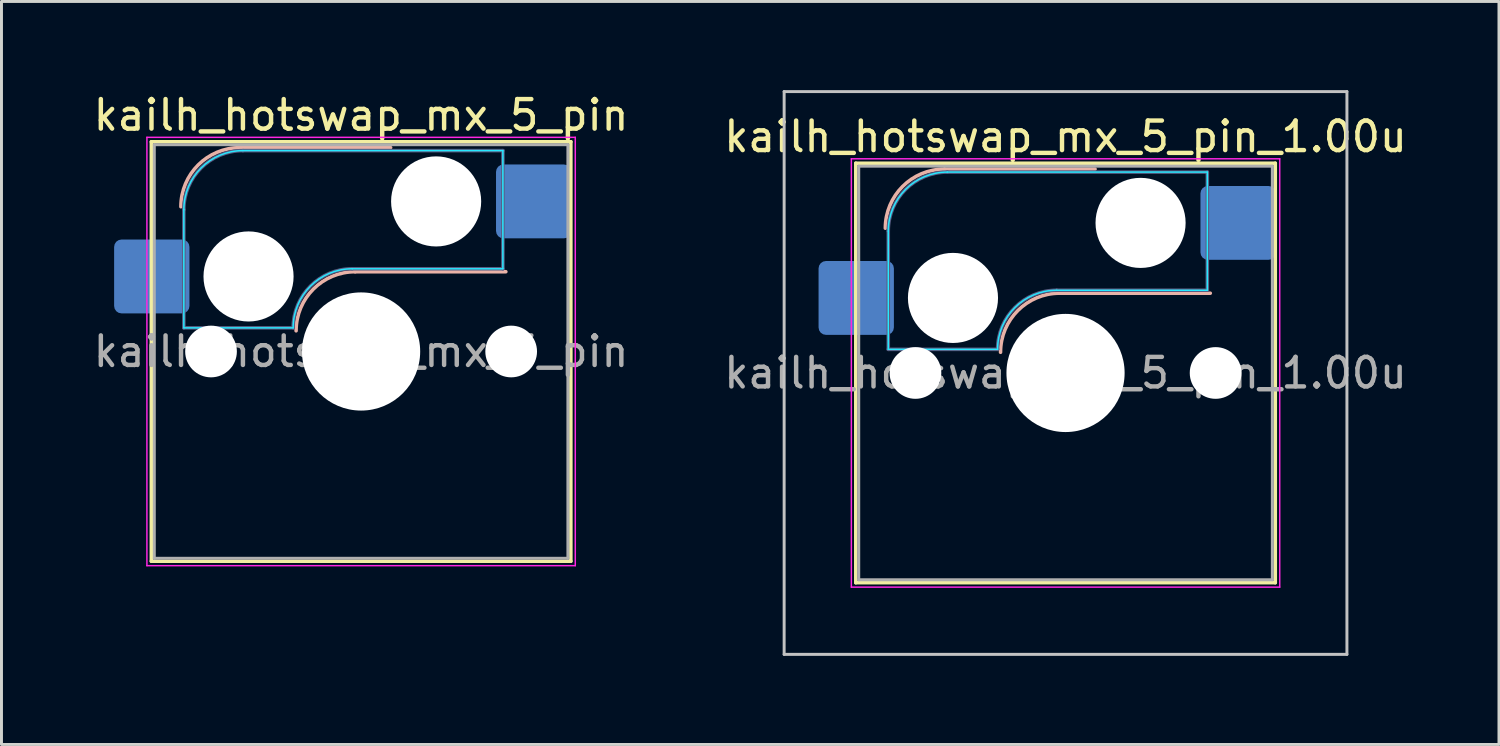
<source format=kicad_pcb>
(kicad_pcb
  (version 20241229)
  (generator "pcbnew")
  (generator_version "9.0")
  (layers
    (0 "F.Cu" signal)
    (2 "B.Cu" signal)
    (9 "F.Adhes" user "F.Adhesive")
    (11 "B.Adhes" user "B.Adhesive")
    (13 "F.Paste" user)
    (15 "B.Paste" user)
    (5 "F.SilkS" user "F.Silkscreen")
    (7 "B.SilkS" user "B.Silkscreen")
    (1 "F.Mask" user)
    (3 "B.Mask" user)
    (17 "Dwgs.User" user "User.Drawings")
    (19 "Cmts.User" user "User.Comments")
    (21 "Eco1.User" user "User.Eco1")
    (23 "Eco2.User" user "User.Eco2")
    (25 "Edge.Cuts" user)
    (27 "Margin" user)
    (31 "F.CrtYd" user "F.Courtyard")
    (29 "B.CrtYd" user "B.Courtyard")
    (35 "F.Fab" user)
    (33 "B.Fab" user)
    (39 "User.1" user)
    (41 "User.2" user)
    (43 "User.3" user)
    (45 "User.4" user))
  (footprint "kailh_hotswap_mx_5_pin"
    (layer "F.Cu")
    (at 9.173 8.848)
    (property "Reference" "kailh_hotswap_mx_5_pin" (at 0 -8 0) (layer "F.SilkS") (effects (font (size 1 1) (thickness 0.15))))
    (attr smd)
    (fp_line (start -7.1 -7.1) (end -7.1 7.1) (stroke (width 0.12) (type solid)) (layer "F.SilkS"))
    (fp_line (start -7.1 7.1) (end 7.1 7.1) (stroke (width 0.12) (type solid)) (layer "F.SilkS"))
    (fp_line (start 7.1 -7.1) (end -7.1 -7.1) (stroke (width 0.12) (type solid)) (layer "F.SilkS"))
    (fp_line (start 7.1 7.1) (end 7.1 -7.1) (stroke (width 0.12) (type solid)) (layer "F.SilkS"))
    (fp_line (start -4.1 -6.9) (end 1 -6.9) (stroke (width 0.12) (type solid)) (layer "B.SilkS"))
    (fp_line (start -0.2 -2.7) (end 4.9 -2.7) (stroke (width 0.12) (type solid)) (layer "B.SilkS"))
    (fp_arc (start -6.1 -4.9) (mid -5.514214 -6.314214) (end -4.1 -6.9) (stroke (width 0.12) (type solid)) (layer "B.SilkS"))
    (fp_arc (start -2.2 -0.7) (mid -1.614214 -2.114214) (end -0.2 -2.7) (stroke (width 0.12) (type solid)) (layer "B.SilkS"))
    (fp_line (start -7.8 -6) (end -7 -6) (stroke (width 0.1) (type solid)) (layer "Eco1.User"))
    (fp_line (start -7.8 -2.9) (end -7.8 -6) (stroke (width 0.1) (type solid)) (layer "Eco1.User"))
    (fp_line (start -7.8 2.9) (end -7 2.9) (stroke (width 0.1) (type solid)) (layer "Eco1.User"))
    (fp_line (start -7.8 6) (end -7.8 2.9) (stroke (width 0.1) (type solid)) (layer "Eco1.User"))
    (fp_line (start -7 -7) (end 7 -7) (stroke (width 0.1) (type solid)) (layer "Eco1.User"))
    (fp_line (start -7 -6) (end -7 -7) (stroke (width 0.1) (type solid)) (layer "Eco1.User"))
    (fp_line (start -7 -2.9) (end -7.8 -2.9) (stroke (width 0.1) (type solid)) (layer "Eco1.User"))
    (fp_line (start -7 2.9) (end -7 -2.9) (stroke (width 0.1) (type solid)) (layer "Eco1.User"))
    (fp_line (start -7 6) (end -7.8 6) (stroke (width 0.1) (type solid)) (layer "Eco1.User"))
    (fp_line (start -7 7) (end -7 6) (stroke (width 0.1) (type solid)) (layer "Eco1.User"))
    (fp_line (start 7 -7) (end 7 -6) (stroke (width 0.1) (type solid)) (layer "Eco1.User"))
    (fp_line (start 7 -6) (end 7.8 -6) (stroke (width 0.1) (type solid)) (layer "Eco1.User"))
    (fp_line (start 7 -2.9) (end 7 2.9) (stroke (width 0.1) (type solid)) (layer "Eco1.User"))
    (fp_line (start 7 2.9) (end 7.8 2.9) (stroke (width 0.1) (type solid)) (layer "Eco1.User"))
    (fp_line (start 7 6) (end 7 7) (stroke (width 0.1) (type solid)) (layer "Eco1.User"))
    (fp_line (start 7 7) (end -7 7) (stroke (width 0.1) (type solid)) (layer "Eco1.User"))
    (fp_line (start 7.8 -6) (end 7.8 -2.9) (stroke (width 0.1) (type solid)) (layer "Eco1.User"))
    (fp_line (start 7.8 -2.9) (end 7 -2.9) (stroke (width 0.1) (type solid)) (layer "Eco1.User"))
    (fp_line (start 7.8 2.9) (end 7.8 6) (stroke (width 0.1) (type solid)) (layer "Eco1.User"))
    (fp_line (start 7.8 6) (end 7 6) (stroke (width 0.1) (type solid)) (layer "Eco1.User"))
    (fp_line (start -6 -0.8) (end -6 -4.8) (stroke (width 0.05) (type solid)) (layer "B.CrtYd"))
    (fp_line (start -6 -0.8) (end -2.3 -0.8) (stroke (width 0.05) (type solid)) (layer "B.CrtYd"))
    (fp_line (start -4 -6.8) (end 4.8 -6.8) (stroke (width 0.05) (type solid)) (layer "B.CrtYd"))
    (fp_line (start -0.3 -2.8) (end 4.8 -2.8) (stroke (width 0.05) (type solid)) (layer "B.CrtYd"))
    (fp_line (start 4.8 -6.8) (end 4.8 -2.8) (stroke (width 0.05) (type solid)) (layer "B.CrtYd"))
    (fp_arc (start -6 -4.8) (mid -5.414214 -6.214214) (end -4 -6.8) (stroke (width 0.05) (type solid)) (layer "B.CrtYd"))
    (fp_arc (start -2.3 -0.8) (mid -1.714214 -2.214214) (end -0.3 -2.8) (stroke (width 0.05) (type solid)) (layer "B.CrtYd"))
    (fp_line (start -7.25 -7.25) (end -7.25 7.25) (stroke (width 0.05) (type solid)) (layer "F.CrtYd"))
    (fp_line (start -7.25 7.25) (end 7.25 7.25) (stroke (width 0.05) (type solid)) (layer "F.CrtYd"))
    (fp_line (start 7.25 -7.25) (end -7.25 -7.25) (stroke (width 0.05) (type solid)) (layer "F.CrtYd"))
    (fp_line (start 7.25 7.25) (end 7.25 -7.25) (stroke (width 0.05) (type solid)) (layer "F.CrtYd"))
    (fp_line (start -6 -0.8) (end -6 -4.8) (stroke (width 0.12) (type solid)) (layer "B.Fab"))
    (fp_line (start -6 -0.8) (end -2.3 -0.8) (stroke (width 0.12) (type solid)) (layer "B.Fab"))
    (fp_line (start -4 -6.8) (end 4.8 -6.8) (stroke (width 0.12) (type solid)) (layer "B.Fab"))
    (fp_line (start -0.3 -2.8) (end 4.8 -2.8) (stroke (width 0.12) (type solid)) (layer "B.Fab"))
    (fp_line (start 4.8 -6.8) (end 4.8 -2.8) (stroke (width 0.12) (type solid)) (layer "B.Fab"))
    (fp_arc (start -6 -4.8) (mid -5.414214 -6.214214) (end -4 -6.8) (stroke (width 0.12) (type solid)) (layer "B.Fab"))
    (fp_arc (start -2.3 -0.8) (mid -1.714214 -2.214214) (end -0.3 -2.8) (stroke (width 0.12) (type solid)) (layer "B.Fab"))
    (fp_line (start -7 -7) (end -7 7) (stroke (width 0.1) (type solid)) (layer "F.Fab"))
    (fp_line (start -7 7) (end 7 7) (stroke (width 0.1) (type solid)) (layer "F.Fab"))
    (fp_line (start 7 -7) (end -7 -7) (stroke (width 0.1) (type solid)) (layer "F.Fab"))
    (fp_line (start 7 7) (end 7 -7) (stroke (width 0.1) (type solid)) (layer "F.Fab"))
    (fp_text user "${REFERENCE}" (at 0 0 0) (layer "F.Fab") (effects (font (size 1 1) (thickness 0.15))))
    (pad "" np_thru_hole circle (at -5.08 0) (size 1.75 1.75) (drill 1.75) (layers "*.Cu" "*.Mask"))
    (pad "" np_thru_hole circle (at -3.81 -2.54) (size 3.05 3.05) (drill 3.05) (layers "*.Cu" "*.Mask"))
    (pad "" np_thru_hole circle (at 0 0) (size 4 4) (drill 4) (layers "*.Cu" "*.Mask"))
    (pad "" np_thru_hole circle (at 2.54 -5.08) (size 3.05 3.05) (drill 3.05) (layers "*.Cu" "*.Mask"))
    (pad "" np_thru_hole circle (at 5.08 0) (size 1.75 1.75) (drill 1.75) (layers "*.Cu" "*.Mask"))
    (pad "1" smd roundrect (at -7.085 -2.54) (size 2.55 2.5) (layers "B.Cu" "B.Mask" "B.Paste") (roundrect_rratio 0.1))
    (pad "2" smd roundrect (at 5.842 -5.08) (size 2.55 2.5) (layers "B.Cu" "B.Mask" "B.Paste") (roundrect_rratio 0.1)))
  (footprint "kailh_hotswap_mx_5_pin_1.00u"
    (layer "F.Cu")
    (at 33.018 9.575)
    (property "Reference" "kailh_hotswap_mx_5_pin_1.00u" (at 0 -8 0) (layer "F.SilkS") (effects (font (size 1 1) (thickness 0.15))))
    (attr smd)
    (fp_line (start -7.1 -7.1) (end -7.1 7.1) (stroke (width 0.12) (type solid)) (layer "F.SilkS"))
    (fp_line (start -7.1 7.1) (end 7.1 7.1) (stroke (width 0.12) (type solid)) (layer "F.SilkS"))
    (fp_line (start 7.1 -7.1) (end -7.1 -7.1) (stroke (width 0.12) (type solid)) (layer "F.SilkS"))
    (fp_line (start 7.1 7.1) (end 7.1 -7.1) (stroke (width 0.12) (type solid)) (layer "F.SilkS"))
    (fp_line (start -4.1 -6.9) (end 1 -6.9) (stroke (width 0.12) (type solid)) (layer "B.SilkS"))
    (fp_line (start -0.2 -2.7) (end 4.9 -2.7) (stroke (width 0.12) (type solid)) (layer "B.SilkS"))
    (fp_arc (start -6.1 -4.9) (mid -5.514214 -6.314214) (end -4.1 -6.9) (stroke (width 0.12) (type solid)) (layer "B.SilkS"))
    (fp_arc (start -2.2 -0.7) (mid -1.614214 -2.114214) (end -0.2 -2.7) (stroke (width 0.12) (type solid)) (layer "B.SilkS"))
    (fp_line (start -9.525 -9.525) (end -9.525 9.525) (stroke (width 0.1) (type solid)) (layer "Dwgs.User"))
    (fp_line (start -9.525 9.525) (end 9.525 9.525) (stroke (width 0.1) (type solid)) (layer "Dwgs.User"))
    (fp_line (start 9.525 -9.525) (end -9.525 -9.525) (stroke (width 0.1) (type solid)) (layer "Dwgs.User"))
    (fp_line (start 9.525 9.525) (end 9.525 -9.525) (stroke (width 0.1) (type solid)) (layer "Dwgs.User"))
    (fp_line (start -7.8 -6) (end -7 -6) (stroke (width 0.1) (type solid)) (layer "Eco1.User"))
    (fp_line (start -7.8 -2.9) (end -7.8 -6) (stroke (width 0.1) (type solid)) (layer "Eco1.User"))
    (fp_line (start -7.8 2.9) (end -7 2.9) (stroke (width 0.1) (type solid)) (layer "Eco1.User"))
    (fp_line (start -7.8 6) (end -7.8 2.9) (stroke (width 0.1) (type solid)) (layer "Eco1.User"))
    (fp_line (start -7 -7) (end 7 -7) (stroke (width 0.1) (type solid)) (layer "Eco1.User"))
    (fp_line (start -7 -6) (end -7 -7) (stroke (width 0.1) (type solid)) (layer "Eco1.User"))
    (fp_line (start -7 -2.9) (end -7.8 -2.9) (stroke (width 0.1) (type solid)) (layer "Eco1.User"))
    (fp_line (start -7 2.9) (end -7 -2.9) (stroke (width 0.1) (type solid)) (layer "Eco1.User"))
    (fp_line (start -7 6) (end -7.8 6) (stroke (width 0.1) (type solid)) (layer "Eco1.User"))
    (fp_line (start -7 7) (end -7 6) (stroke (width 0.1) (type solid)) (layer "Eco1.User"))
    (fp_line (start 7 -7) (end 7 -6) (stroke (width 0.1) (type solid)) (layer "Eco1.User"))
    (fp_line (start 7 -6) (end 7.8 -6) (stroke (width 0.1) (type solid)) (layer "Eco1.User"))
    (fp_line (start 7 -2.9) (end 7 2.9) (stroke (width 0.1) (type solid)) (layer "Eco1.User"))
    (fp_line (start 7 2.9) (end 7.8 2.9) (stroke (width 0.1) (type solid)) (layer "Eco1.User"))
    (fp_line (start 7 6) (end 7 7) (stroke (width 0.1) (type solid)) (layer "Eco1.User"))
    (fp_line (start 7 7) (end -7 7) (stroke (width 0.1) (type solid)) (layer "Eco1.User"))
    (fp_line (start 7.8 -6) (end 7.8 -2.9) (stroke (width 0.1) (type solid)) (layer "Eco1.User"))
    (fp_line (start 7.8 -2.9) (end 7 -2.9) (stroke (width 0.1) (type solid)) (layer "Eco1.User"))
    (fp_line (start 7.8 2.9) (end 7.8 6) (stroke (width 0.1) (type solid)) (layer "Eco1.User"))
    (fp_line (start 7.8 6) (end 7 6) (stroke (width 0.1) (type solid)) (layer "Eco1.User"))
    (fp_line (start -6 -0.8) (end -6 -4.8) (stroke (width 0.05) (type solid)) (layer "B.CrtYd"))
    (fp_line (start -6 -0.8) (end -2.3 -0.8) (stroke (width 0.05) (type solid)) (layer "B.CrtYd"))
    (fp_line (start -4 -6.8) (end 4.8 -6.8) (stroke (width 0.05) (type solid)) (layer "B.CrtYd"))
    (fp_line (start -0.3 -2.8) (end 4.8 -2.8) (stroke (width 0.05) (type solid)) (layer "B.CrtYd"))
    (fp_line (start 4.8 -6.8) (end 4.8 -2.8) (stroke (width 0.05) (type solid)) (layer "B.CrtYd"))
    (fp_arc (start -6 -4.8) (mid -5.414214 -6.214214) (end -4 -6.8) (stroke (width 0.05) (type solid)) (layer "B.CrtYd"))
    (fp_arc (start -2.3 -0.8) (mid -1.714214 -2.214214) (end -0.3 -2.8) (stroke (width 0.05) (type solid)) (layer "B.CrtYd"))
    (fp_line (start -7.25 -7.25) (end -7.25 7.25) (stroke (width 0.05) (type solid)) (layer "F.CrtYd"))
    (fp_line (start -7.25 7.25) (end 7.25 7.25) (stroke (width 0.05) (type solid)) (layer "F.CrtYd"))
    (fp_line (start 7.25 -7.25) (end -7.25 -7.25) (stroke (width 0.05) (type solid)) (layer "F.CrtYd"))
    (fp_line (start 7.25 7.25) (end 7.25 -7.25) (stroke (width 0.05) (type solid)) (layer "F.CrtYd"))
    (fp_line (start -6 -0.8) (end -6 -4.8) (stroke (width 0.12) (type solid)) (layer "B.Fab"))
    (fp_line (start -6 -0.8) (end -2.3 -0.8) (stroke (width 0.12) (type solid)) (layer "B.Fab"))
    (fp_line (start -4 -6.8) (end 4.8 -6.8) (stroke (width 0.12) (type solid)) (layer "B.Fab"))
    (fp_line (start -0.3 -2.8) (end 4.8 -2.8) (stroke (width 0.12) (type solid)) (layer "B.Fab"))
    (fp_line (start 4.8 -6.8) (end 4.8 -2.8) (stroke (width 0.12) (type solid)) (layer "B.Fab"))
    (fp_arc (start -6 -4.8) (mid -5.414214 -6.214214) (end -4 -6.8) (stroke (width 0.12) (type solid)) (layer "B.Fab"))
    (fp_arc (start -2.3 -0.8) (mid -1.714214 -2.214214) (end -0.3 -2.8) (stroke (width 0.12) (type solid)) (layer "B.Fab"))
    (fp_line (start -7 -7) (end -7 7) (stroke (width 0.1) (type solid)) (layer "F.Fab"))
    (fp_line (start -7 7) (end 7 7) (stroke (width 0.1) (type solid)) (layer "F.Fab"))
    (fp_line (start 7 -7) (end -7 -7) (stroke (width 0.1) (type solid)) (layer "F.Fab"))
    (fp_line (start 7 7) (end 7 -7) (stroke (width 0.1) (type solid)) (layer "F.Fab"))
    (fp_text user "${REFERENCE}" (at 0 0 0) (layer "F.Fab") (effects (font (size 1 1) (thickness 0.15))))
    (pad "" np_thru_hole circle (at -5.08 0) (size 1.75 1.75) (drill 1.75) (layers "*.Cu" "*.Mask"))
    (pad "" np_thru_hole circle (at -3.81 -2.54) (size 3.05 3.05) (drill 3.05) (layers "*.Cu" "*.Mask"))
    (pad "" np_thru_hole circle (at 0 0) (size 4 4) (drill 4) (layers "*.Cu" "*.Mask"))
    (pad "" np_thru_hole circle (at 2.54 -5.08) (size 3.05 3.05) (drill 3.05) (layers "*.Cu" "*.Mask"))
    (pad "" np_thru_hole circle (at 5.08 0) (size 1.75 1.75) (drill 1.75) (layers "*.Cu" "*.Mask"))
    (pad "1" smd roundrect (at -7.085 -2.54) (size 2.55 2.5) (layers "B.Cu" "B.Mask" "B.Paste") (roundrect_rratio 0.1))
    (pad "2" smd roundrect (at 5.842 -5.08) (size 2.55 2.5) (layers "B.Cu" "B.Mask" "B.Paste") (roundrect_rratio 0.1)))
  (gr_rect
    (start -3 -3)
    (end 47.69 22.15)
    (stroke (width 0.1) (type default))
    (fill no)
    (layer "Edge.Cuts")))
</source>
